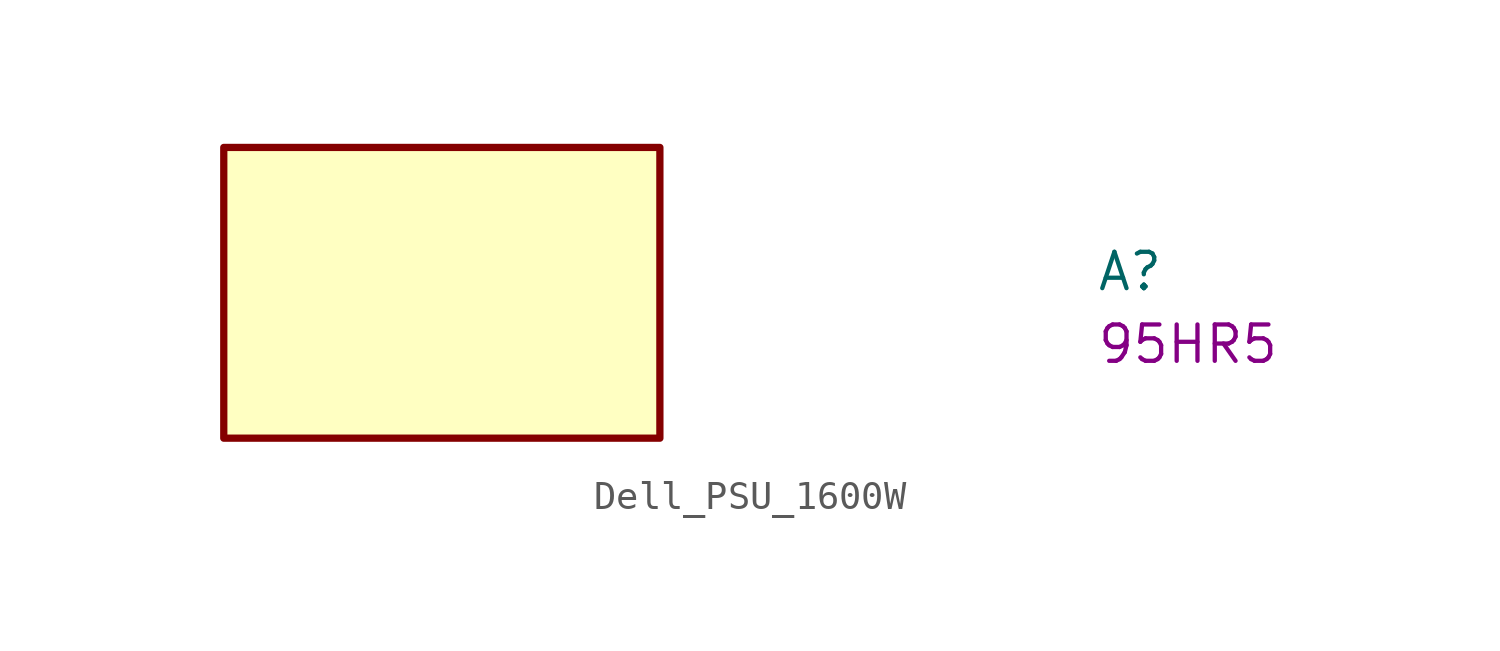
<source format=kicad_sym>
(kicad_symbol_lib
  (version 20220914)
  (generator kicad_symbol_editor)
  (symbol "Dell_PSU_1600W"
    (property "Reference" "A"
      (at 22.86 0 0)
      (effects (font (size 1.27 1.27) (thickness 0.15)) (justify left bottom)))
    (property "MPN" "95HR5"
      (at 22.86 -2.54 0)
      (effects (font (size 1.27 1.27) (thickness 0.15)) (justify left bottom)))
    (symbol "Dell_PSU_1600W_1_1"
      (rectangle (start -7.62 5.08) (end 7.62 -5.08) (stroke (width 0.254) (type default)) (fill (type background))))))
</source>
